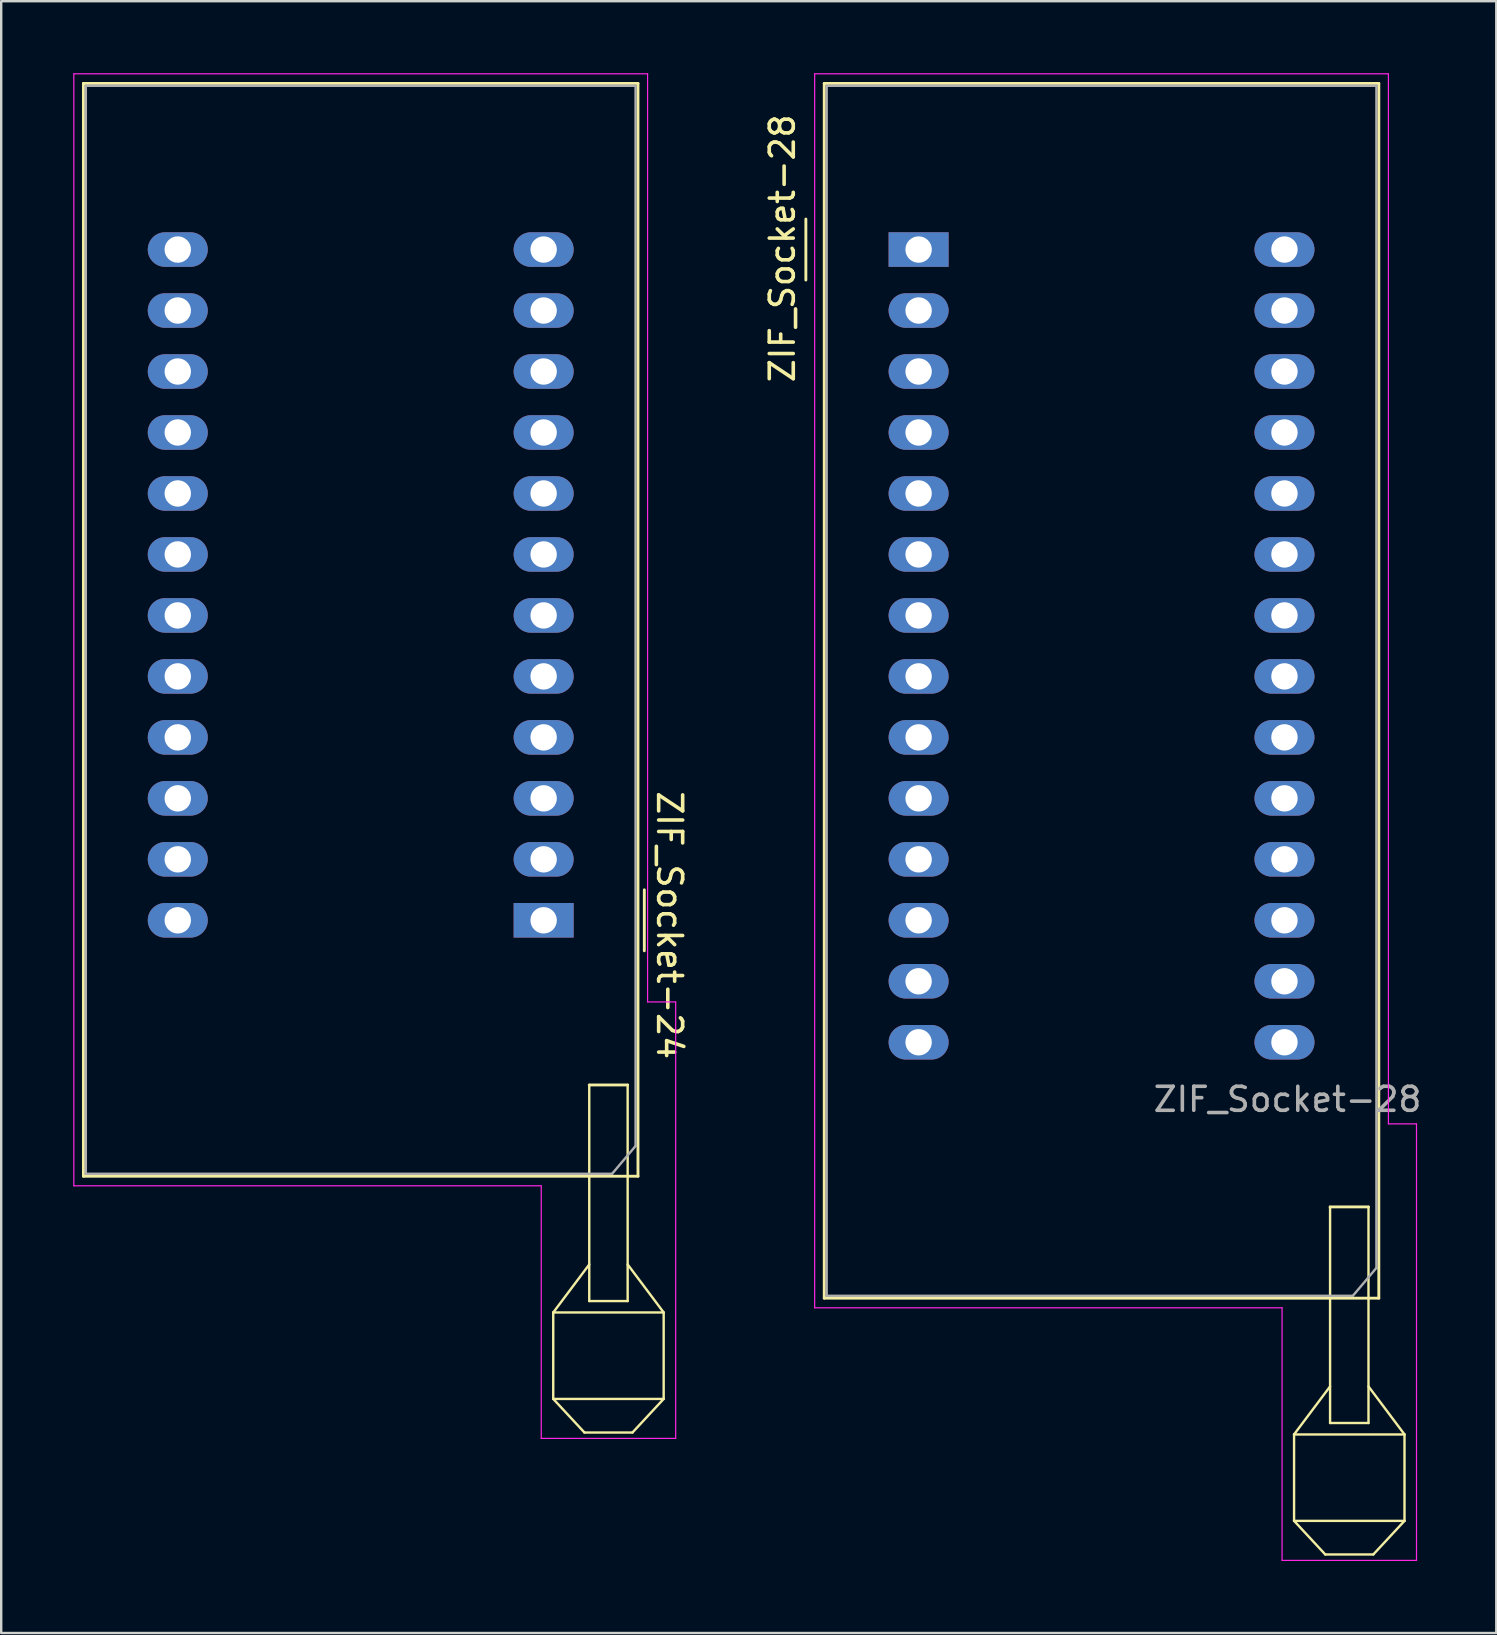
<source format=kicad_pcb>
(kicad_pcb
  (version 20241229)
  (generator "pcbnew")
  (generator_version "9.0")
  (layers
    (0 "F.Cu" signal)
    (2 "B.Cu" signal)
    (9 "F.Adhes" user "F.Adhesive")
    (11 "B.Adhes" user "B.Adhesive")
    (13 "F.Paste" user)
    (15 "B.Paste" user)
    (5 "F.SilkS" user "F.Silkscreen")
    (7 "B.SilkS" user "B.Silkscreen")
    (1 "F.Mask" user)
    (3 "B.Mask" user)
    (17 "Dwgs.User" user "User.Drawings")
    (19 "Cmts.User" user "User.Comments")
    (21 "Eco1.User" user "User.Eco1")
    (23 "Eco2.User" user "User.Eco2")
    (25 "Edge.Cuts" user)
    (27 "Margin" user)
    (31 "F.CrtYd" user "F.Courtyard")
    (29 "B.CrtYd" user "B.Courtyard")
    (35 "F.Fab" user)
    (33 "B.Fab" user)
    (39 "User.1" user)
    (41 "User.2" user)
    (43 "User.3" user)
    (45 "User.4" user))
  (footprint "ZIF_Socket-24"
    (layer "F.Cu")
    (at 19.595 35.285)
    (property "Reference" "ZIF_Socket-24" (at 5.246 0.204 270) (unlocked yes) (layer "F.SilkS") (effects (font (size 1 1) (thickness 0.15))))
    (attr through_hole)
    (fp_line (start -19.17 -34.86) (end -19.17 10.66) (stroke (width 0.12) (type solid)) (layer "F.SilkS"))
    (fp_line (start -19.17 10.66) (end 3.93 10.66) (stroke (width 0.12) (type solid)) (layer "F.SilkS"))
    (fp_line (start 0.4 16.336) (end 0.4 19.936) (stroke (width 0.1) (type solid)) (layer "F.SilkS"))
    (fp_line (start 0.4 16.336) (end 1.9 14.336) (stroke (width 0.1) (type solid)) (layer "F.SilkS"))
    (fp_line (start 0.4 19.936) (end 5 19.936) (stroke (width 0.1) (type solid)) (layer "F.SilkS"))
    (fp_line (start 1.7 21.336) (end 0.4 19.936) (stroke (width 0.1) (type solid)) (layer "F.SilkS"))
    (fp_line (start 1.9 15.86) (end 1.9 6.858) (stroke (width 0.1) (type solid)) (layer "F.SilkS"))
    (fp_line (start 3.5 6.858) (end 1.9 6.858) (stroke (width 0.12) (type solid)) (layer "F.SilkS"))
    (fp_line (start 3.5 6.858) (end 3.5 15.86) (stroke (width 0.1) (type solid)) (layer "F.SilkS"))
    (fp_line (start 3.5 15.86) (end 1.9 15.86) (stroke (width 0.1) (type solid)) (layer "F.SilkS"))
    (fp_line (start 3.7 21.336) (end 1.7 21.336) (stroke (width 0.1) (type solid)) (layer "F.SilkS"))
    (fp_line (start 3.93 -34.86) (end -19.17 -34.86) (stroke (width 0.12) (type solid)) (layer "F.SilkS"))
    (fp_line (start 3.93 10.66) (end 3.93 -34.86) (stroke (width 0.12) (type solid)) (layer "F.SilkS"))
    (fp_line (start 4.194 1.27) (end 4.194 -1.27) (stroke (width 0.12) (type solid)) (layer "F.SilkS"))
    (fp_line (start 5 16.336) (end 0.4 16.336) (stroke (width 0.1) (type solid)) (layer "F.SilkS"))
    (fp_line (start 5 16.336) (end 3.5 14.336) (stroke (width 0.1) (type solid)) (layer "F.SilkS"))
    (fp_line (start 5 19.936) (end 3.7 21.336) (stroke (width 0.1) (type solid)) (layer "F.SilkS"))
    (fp_line (start 5 19.936) (end 5 16.336) (stroke (width 0.1) (type solid)) (layer "F.SilkS"))
    (fp_line (start -19.57 -35.26) (end 4.33 -35.26) (stroke (width 0.05) (type solid)) (layer "F.CrtYd"))
    (fp_line (start -19.57 11.06) (end -19.57 -35.26) (stroke (width 0.05) (type solid)) (layer "F.CrtYd"))
    (fp_line (start -0.1 11.06) (end -19.57 11.06) (stroke (width 0.05) (type solid)) (layer "F.CrtYd"))
    (fp_line (start -0.1 21.582) (end -0.1 11.06) (stroke (width 0.05) (type solid)) (layer "F.CrtYd"))
    (fp_line (start 4.33 -35.26) (end 4.33 3.4) (stroke (width 0.05) (type solid)) (layer "F.CrtYd"))
    (fp_line (start 4.33 3.4) (end 5.5 3.4) (stroke (width 0.05) (type solid)) (layer "F.CrtYd"))
    (fp_line (start 5.5 3.4) (end 5.5 21.582) (stroke (width 0.05) (type solid)) (layer "F.CrtYd"))
    (fp_line (start 5.5 21.582) (end -0.1 21.582) (stroke (width 0.05) (type solid)) (layer "F.CrtYd"))
    (fp_line (start -19.07 -34.76) (end 3.83 -34.76) (stroke (width 0.1) (type solid)) (layer "F.Fab"))
    (fp_line (start -19.07 10.56) (end -19.07 -34.76) (stroke (width 0.1) (type solid)) (layer "F.Fab"))
    (fp_line (start 2.85 10.56) (end -19.07 10.56) (stroke (width 0.1) (type solid)) (layer "F.Fab"))
    (fp_line (start 3.83 -34.76) (end 3.83 9.4) (stroke (width 0.1) (type solid)) (layer "F.Fab"))
    (fp_line (start 3.83 9.4) (end 2.85 10.56) (stroke (width 0.1) (type solid)) (layer "F.Fab"))
    (pad "1" thru_hole rect (at 0 0 180) (size 2.5 1.44) (drill 1.1) (layers "*.Cu" "*.Mask"))
    (pad "2" thru_hole oval (at 0 -2.54 180) (size 2.5 1.44) (drill 1.1) (layers "*.Cu" "*.Mask"))
    (pad "3" thru_hole oval (at 0 -5.08 180) (size 2.5 1.44) (drill 1.1) (layers "*.Cu" "*.Mask"))
    (pad "4" thru_hole oval (at 0 -7.62 180) (size 2.5 1.44) (drill 1.1) (layers "*.Cu" "*.Mask"))
    (pad "5" thru_hole oval (at 0 -10.16 180) (size 2.5 1.44) (drill 1.1) (layers "*.Cu" "*.Mask"))
    (pad "6" thru_hole oval (at 0 -12.7 180) (size 2.5 1.44) (drill 1.1) (layers "*.Cu" "*.Mask"))
    (pad "7" thru_hole oval (at 0 -15.24 180) (size 2.5 1.44) (drill 1.1) (layers "*.Cu" "*.Mask"))
    (pad "8" thru_hole oval (at 0 -17.78 180) (size 2.5 1.44) (drill 1.1) (layers "*.Cu" "*.Mask"))
    (pad "9" thru_hole oval (at 0 -20.32 180) (size 2.5 1.44) (drill 1.1) (layers "*.Cu" "*.Mask"))
    (pad "10" thru_hole oval (at 0 -22.86 180) (size 2.5 1.44) (drill 1.1) (layers "*.Cu" "*.Mask"))
    (pad "11" thru_hole oval (at 0 -25.4 180) (size 2.5 1.44) (drill 1.1) (layers "*.Cu" "*.Mask"))
    (pad "12" thru_hole oval (at 0 -27.94 180) (size 2.5 1.44) (drill 1.1) (layers "*.Cu" "*.Mask"))
    (pad "13" thru_hole oval (at -15.24 -27.94 180) (size 2.5 1.44) (drill 1.1) (layers "*.Cu" "*.Mask"))
    (pad "14" thru_hole oval (at -15.24 -25.4 180) (size 2.5 1.44) (drill 1.1) (layers "*.Cu" "*.Mask"))
    (pad "15" thru_hole oval (at -15.24 -22.86 180) (size 2.5 1.44) (drill 1.1) (layers "*.Cu" "*.Mask"))
    (pad "16" thru_hole oval (at -15.24 -20.32 180) (size 2.5 1.44) (drill 1.1) (layers "*.Cu" "*.Mask"))
    (pad "17" thru_hole oval (at -15.24 -17.78 180) (size 2.5 1.44) (drill 1.1) (layers "*.Cu" "*.Mask"))
    (pad "18" thru_hole oval (at -15.24 -15.24 180) (size 2.5 1.44) (drill 1.1) (layers "*.Cu" "*.Mask"))
    (pad "19" thru_hole oval (at -15.24 -12.7 180) (size 2.5 1.44) (drill 1.1) (layers "*.Cu" "*.Mask"))
    (pad "20" thru_hole oval (at -15.24 -10.16 180) (size 2.5 1.44) (drill 1.1) (layers "*.Cu" "*.Mask"))
    (pad "21" thru_hole oval (at -15.24 -7.62 180) (size 2.5 1.44) (drill 1.1) (layers "*.Cu" "*.Mask"))
    (pad "22" thru_hole oval (at -15.24 -5.08 180) (size 2.5 1.44) (drill 1.1) (layers "*.Cu" "*.Mask"))
    (pad "23" thru_hole oval (at -15.24 -2.54 180) (size 2.5 1.44) (drill 1.1) (layers "*.Cu" "*.Mask"))
    (pad "24" thru_hole oval (at -15.24 0 180) (size 2.5 1.44) (drill 1.1) (layers "*.Cu" "*.Mask")))
  (footprint "ZIF_Socket-28"
    (layer "F.Cu")
    (at 35.214 7.345)
    (property "Reference" "ZIF_Socket-28" (at -5.676 -0.05 270) (layer "F.SilkS") (effects (font (size 1 1) (thickness 0.15))))
    (attr through_hole)
    (fp_line (start -4.696 1.27) (end -4.696 -1.27) (stroke (width 0.12) (type solid)) (layer "F.SilkS"))
    (fp_line (start -3.93 -6.92) (end -3.93 43.68) (stroke (width 0.12) (type solid)) (layer "F.SilkS"))
    (fp_line (start -3.93 43.68) (end 19.17 43.68) (stroke (width 0.12) (type solid)) (layer "F.SilkS"))
    (fp_line (start 15.64 49.356) (end 15.64 52.956) (stroke (width 0.1) (type solid)) (layer "F.SilkS"))
    (fp_line (start 15.64 49.356) (end 17.14 47.356) (stroke (width 0.1) (type solid)) (layer "F.SilkS"))
    (fp_line (start 15.64 52.956) (end 20.24 52.956) (stroke (width 0.1) (type solid)) (layer "F.SilkS"))
    (fp_line (start 16.94 54.356) (end 15.64 52.956) (stroke (width 0.1) (type solid)) (layer "F.SilkS"))
    (fp_line (start 17.14 48.88) (end 17.14 39.878) (stroke (width 0.1) (type solid)) (layer "F.SilkS"))
    (fp_line (start 18.74 39.878) (end 17.14 39.878) (stroke (width 0.12) (type solid)) (layer "F.SilkS"))
    (fp_line (start 18.74 39.878) (end 18.74 48.88) (stroke (width 0.1) (type solid)) (layer "F.SilkS"))
    (fp_line (start 18.74 48.88) (end 17.14 48.88) (stroke (width 0.1) (type solid)) (layer "F.SilkS"))
    (fp_line (start 18.94 54.356) (end 16.94 54.356) (stroke (width 0.1) (type solid)) (layer "F.SilkS"))
    (fp_line (start 19.17 -6.92) (end -3.93 -6.92) (stroke (width 0.12) (type solid)) (layer "F.SilkS"))
    (fp_line (start 19.17 43.68) (end 19.17 -6.92) (stroke (width 0.12) (type solid)) (layer "F.SilkS"))
    (fp_line (start 20.24 49.356) (end 15.64 49.356) (stroke (width 0.1) (type solid)) (layer "F.SilkS"))
    (fp_line (start 20.24 49.356) (end 18.74 47.356) (stroke (width 0.1) (type solid)) (layer "F.SilkS"))
    (fp_line (start 20.24 52.956) (end 18.94 54.356) (stroke (width 0.1) (type solid)) (layer "F.SilkS"))
    (fp_line (start 20.24 52.956) (end 20.24 49.356) (stroke (width 0.1) (type solid)) (layer "F.SilkS"))
    (fp_line (start -4.33 -7.32) (end 19.57 -7.32) (stroke (width 0.05) (type solid)) (layer "F.CrtYd"))
    (fp_line (start -4.33 44.08) (end -4.33 -7.32) (stroke (width 0.05) (type solid)) (layer "F.CrtYd"))
    (fp_line (start 15.14 44.08) (end -4.33 44.08) (stroke (width 0.05) (type solid)) (layer "F.CrtYd"))
    (fp_line (start 15.14 54.602) (end 15.14 44.08) (stroke (width 0.05) (type solid)) (layer "F.CrtYd"))
    (fp_line (start 19.57 -7.32) (end 19.57 36.42) (stroke (width 0.05) (type solid)) (layer "F.CrtYd"))
    (fp_line (start 19.57 36.42) (end 20.74 36.42) (stroke (width 0.05) (type solid)) (layer "F.CrtYd"))
    (fp_line (start 20.74 36.42) (end 20.74 54.602) (stroke (width 0.05) (type solid)) (layer "F.CrtYd"))
    (fp_line (start 20.74 54.602) (end 15.14 54.602) (stroke (width 0.05) (type solid)) (layer "F.CrtYd"))
    (fp_line (start -3.83 -6.82) (end 19.07 -6.82) (stroke (width 0.1) (type solid)) (layer "F.Fab"))
    (fp_line (start -3.83 43.58) (end -3.83 -6.82) (stroke (width 0.1) (type solid)) (layer "F.Fab"))
    (fp_line (start 18.09 43.58) (end -3.83 43.58) (stroke (width 0.1) (type solid)) (layer "F.Fab"))
    (fp_line (start 19.07 -6.82) (end 19.07 42.42) (stroke (width 0.1) (type solid)) (layer "F.Fab"))
    (fp_line (start 19.07 42.42) (end 18.09 43.58) (stroke (width 0.1) (type solid)) (layer "F.Fab"))
    (fp_text user "${REFERENCE}" (at 15.367 35.398 0) (layer "F.Fab") (effects (font (size 1 1) (thickness 0.15))))
    (pad "1" thru_hole rect (at 0 0) (size 2.5 1.44) (drill 1.1) (layers "*.Cu" "*.Mask"))
    (pad "2" thru_hole oval (at 0 2.54) (size 2.5 1.44) (drill 1.1) (layers "*.Cu" "*.Mask"))
    (pad "3" thru_hole oval (at 0 5.08) (size 2.5 1.44) (drill 1.1) (layers "*.Cu" "*.Mask"))
    (pad "4" thru_hole oval (at 0 7.62) (size 2.5 1.44) (drill 1.1) (layers "*.Cu" "*.Mask"))
    (pad "5" thru_hole oval (at 0 10.16) (size 2.5 1.44) (drill 1.1) (layers "*.Cu" "*.Mask"))
    (pad "6" thru_hole oval (at 0 12.7) (size 2.5 1.44) (drill 1.1) (layers "*.Cu" "*.Mask"))
    (pad "7" thru_hole oval (at 0 15.24) (size 2.5 1.44) (drill 1.1) (layers "*.Cu" "*.Mask"))
    (pad "8" thru_hole oval (at 0 17.78) (size 2.5 1.44) (drill 1.1) (layers "*.Cu" "*.Mask"))
    (pad "9" thru_hole oval (at 0 20.32) (size 2.5 1.44) (drill 1.1) (layers "*.Cu" "*.Mask"))
    (pad "10" thru_hole oval (at 0 22.86) (size 2.5 1.44) (drill 1.1) (layers "*.Cu" "*.Mask"))
    (pad "11" thru_hole oval (at 0 25.4) (size 2.5 1.44) (drill 1.1) (layers "*.Cu" "*.Mask"))
    (pad "12" thru_hole oval (at 0 27.94) (size 2.5 1.44) (drill 1.1) (layers "*.Cu" "*.Mask"))
    (pad "13" thru_hole oval (at 0 30.48) (size 2.5 1.44) (drill 1.1) (layers "*.Cu" "*.Mask"))
    (pad "14" thru_hole oval (at 0 33.02) (size 2.5 1.44) (drill 1.1) (layers "*.Cu" "*.Mask"))
    (pad "15" thru_hole oval (at 15.24 33.02) (size 2.5 1.44) (drill 1.1) (layers "*.Cu" "*.Mask"))
    (pad "16" thru_hole oval (at 15.24 30.48) (size 2.5 1.44) (drill 1.1) (layers "*.Cu" "*.Mask"))
    (pad "17" thru_hole oval (at 15.24 27.94) (size 2.5 1.44) (drill 1.1) (layers "*.Cu" "*.Mask"))
    (pad "18" thru_hole oval (at 15.24 25.4) (size 2.5 1.44) (drill 1.1) (layers "*.Cu" "*.Mask"))
    (pad "19" thru_hole oval (at 15.24 22.86) (size 2.5 1.44) (drill 1.1) (layers "*.Cu" "*.Mask"))
    (pad "20" thru_hole oval (at 15.24 20.32) (size 2.5 1.44) (drill 1.1) (layers "*.Cu" "*.Mask"))
    (pad "21" thru_hole oval (at 15.24 17.78) (size 2.5 1.44) (drill 1.1) (layers "*.Cu" "*.Mask"))
    (pad "22" thru_hole oval (at 15.24 15.24) (size 2.5 1.44) (drill 1.1) (layers "*.Cu" "*.Mask"))
    (pad "23" thru_hole oval (at 15.24 12.7) (size 2.5 1.44) (drill 1.1) (layers "*.Cu" "*.Mask"))
    (pad "24" thru_hole oval (at 15.24 10.16) (size 2.5 1.44) (drill 1.1) (layers "*.Cu" "*.Mask"))
    (pad "25" thru_hole oval (at 15.24 7.62) (size 2.5 1.44) (drill 1.1) (layers "*.Cu" "*.Mask"))
    (pad "26" thru_hole oval (at 15.24 5.08) (size 2.5 1.44) (drill 1.1) (layers "*.Cu" "*.Mask"))
    (pad "27" thru_hole oval (at 15.24 2.54) (size 2.5 1.44) (drill 1.1) (layers "*.Cu" "*.Mask"))
    (pad "28" thru_hole oval (at 15.24 0) (size 2.5 1.44) (drill 1.1) (layers "*.Cu" "*.Mask")))
  (gr_rect
    (start -3 -3)
    (end 59.277 64.972)
    (stroke (width 0.1) (type default))
    (fill no)
    (layer "Edge.Cuts")))
</source>
